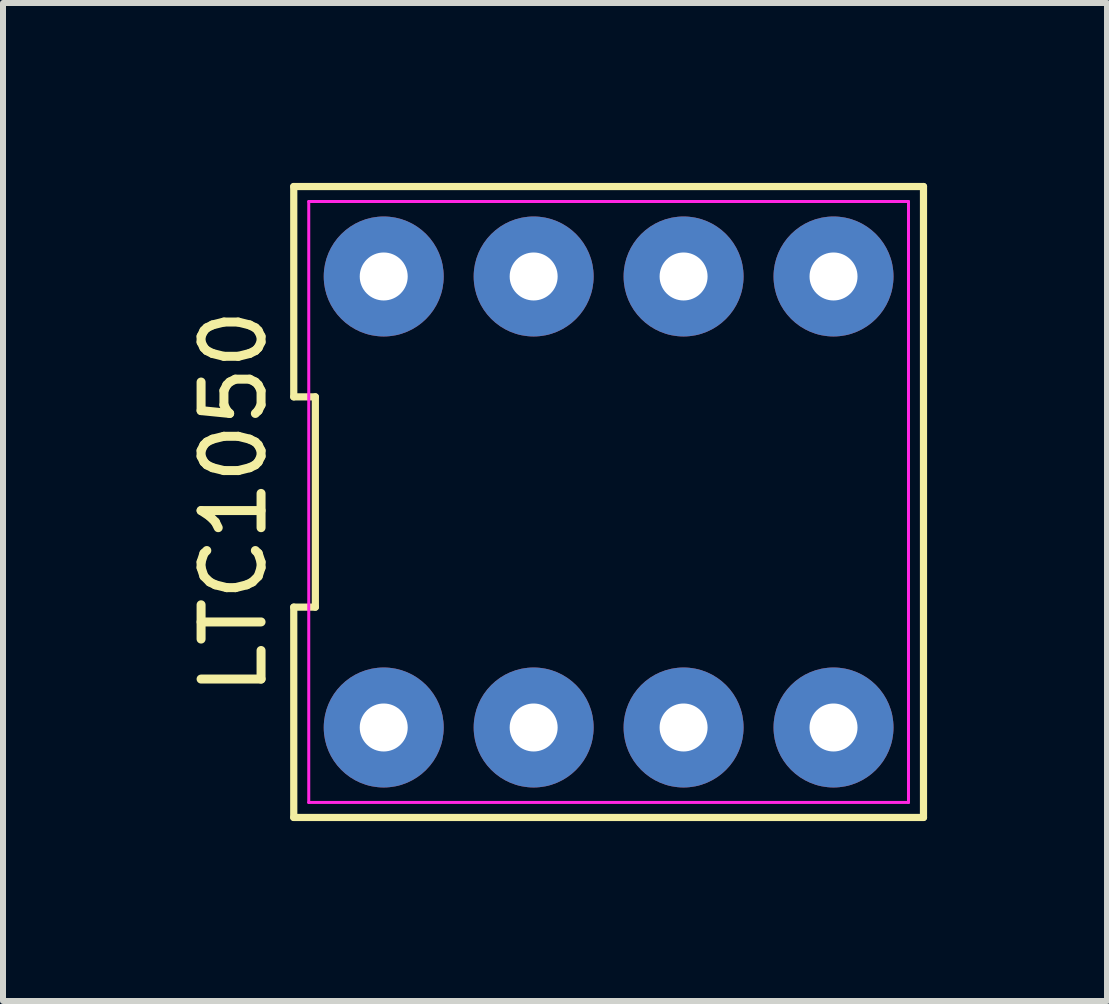
<source format=kicad_pcb>
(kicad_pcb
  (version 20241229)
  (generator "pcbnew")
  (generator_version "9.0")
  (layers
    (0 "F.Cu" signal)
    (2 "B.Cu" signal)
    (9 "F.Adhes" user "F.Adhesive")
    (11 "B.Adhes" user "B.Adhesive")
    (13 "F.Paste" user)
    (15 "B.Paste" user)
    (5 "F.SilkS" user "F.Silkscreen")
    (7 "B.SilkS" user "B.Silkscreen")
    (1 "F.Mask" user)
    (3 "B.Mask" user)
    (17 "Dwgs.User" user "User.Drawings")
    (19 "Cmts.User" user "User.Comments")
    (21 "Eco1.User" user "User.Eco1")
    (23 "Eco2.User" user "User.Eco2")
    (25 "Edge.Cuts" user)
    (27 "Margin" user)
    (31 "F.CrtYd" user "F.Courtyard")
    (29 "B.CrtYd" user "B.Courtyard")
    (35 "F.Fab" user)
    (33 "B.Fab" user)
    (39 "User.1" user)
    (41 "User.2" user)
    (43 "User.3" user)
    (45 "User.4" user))
  (footprint "LTC1050"
    (layer "F.Cu")
    (at 7.098 5.32)
    (property "Reference" "LTC1050" (at -6.25 0 90) (layer "F.SilkS") (effects (font (size 1 1) (thickness 0.15))))
    (fp_line (start -5.25 -5.26) (end -5.25 -1.753) (stroke (width 0.12) (type solid)) (layer "F.SilkS"))
    (fp_line (start -5.25 -1.753) (end -4.89 -1.753) (stroke (width 0.12) (type solid)) (layer "F.SilkS"))
    (fp_line (start -5.25 1.753) (end -5.25 5.26) (stroke (width 0.12) (type solid)) (layer "F.SilkS"))
    (fp_line (start -5.25 5.26) (end 5.25 5.26) (stroke (width 0.12) (type solid)) (layer "F.SilkS"))
    (fp_line (start -4.89 -1.753) (end -4.89 1.753) (stroke (width 0.12) (type solid)) (layer "F.SilkS"))
    (fp_line (start -4.89 1.753) (end -5.25 1.753) (stroke (width 0.12) (type solid)) (layer "F.SilkS"))
    (fp_line (start 5.25 -5.26) (end -5.25 -5.26) (stroke (width 0.12) (type solid)) (layer "F.SilkS"))
    (fp_line (start 5.25 5.26) (end 5.25 -5.26) (stroke (width 0.12) (type solid)) (layer "F.SilkS"))
    (fp_line (start -5 -5.01) (end 5 -5.01) (stroke (width 0.05) (type solid)) (layer "F.CrtYd"))
    (fp_line (start -5 5.01) (end -5 -5.01) (stroke (width 0.05) (type solid)) (layer "F.CrtYd"))
    (fp_line (start 5 -5.01) (end 5 5.01) (stroke (width 0.05) (type solid)) (layer "F.CrtYd"))
    (fp_line (start 5 5.01) (end -5 5.01) (stroke (width 0.05) (type solid)) (layer "F.CrtYd"))
    (pad "1" thru_hole circle (at -3.75 3.76) (size 2 2) (drill 0.8) (layers "*.Cu" "*.Mask"))
    (pad "2" thru_hole circle (at -1.25 3.76) (size 2 2) (drill 0.8) (layers "*.Cu" "*.Mask"))
    (pad "3" thru_hole circle (at 1.25 3.76) (size 2 2) (drill 0.8) (layers "*.Cu" "*.Mask"))
    (pad "4" thru_hole circle (at 3.75 3.76) (size 2 2) (drill 0.8) (layers "*.Cu" "*.Mask"))
    (pad "5" thru_hole circle (at 3.75 -3.76) (size 2 2) (drill 0.8) (layers "*.Cu" "*.Mask"))
    (pad "6" thru_hole circle (at 1.25 -3.76) (size 2 2) (drill 0.8) (layers "*.Cu" "*.Mask"))
    (pad "7" thru_hole circle (at -1.25 -3.76) (size 2 2) (drill 0.8) (layers "*.Cu" "*.Mask"))
    (pad "8" thru_hole circle (at -3.75 -3.76) (size 2 2) (drill 0.8) (layers "*.Cu" "*.Mask")))
  (gr_rect
    (start -3 -3)
    (end 15.408 13.64)
    (stroke (width 0.1) (type default))
    (fill no)
    (layer "Edge.Cuts")))
</source>
